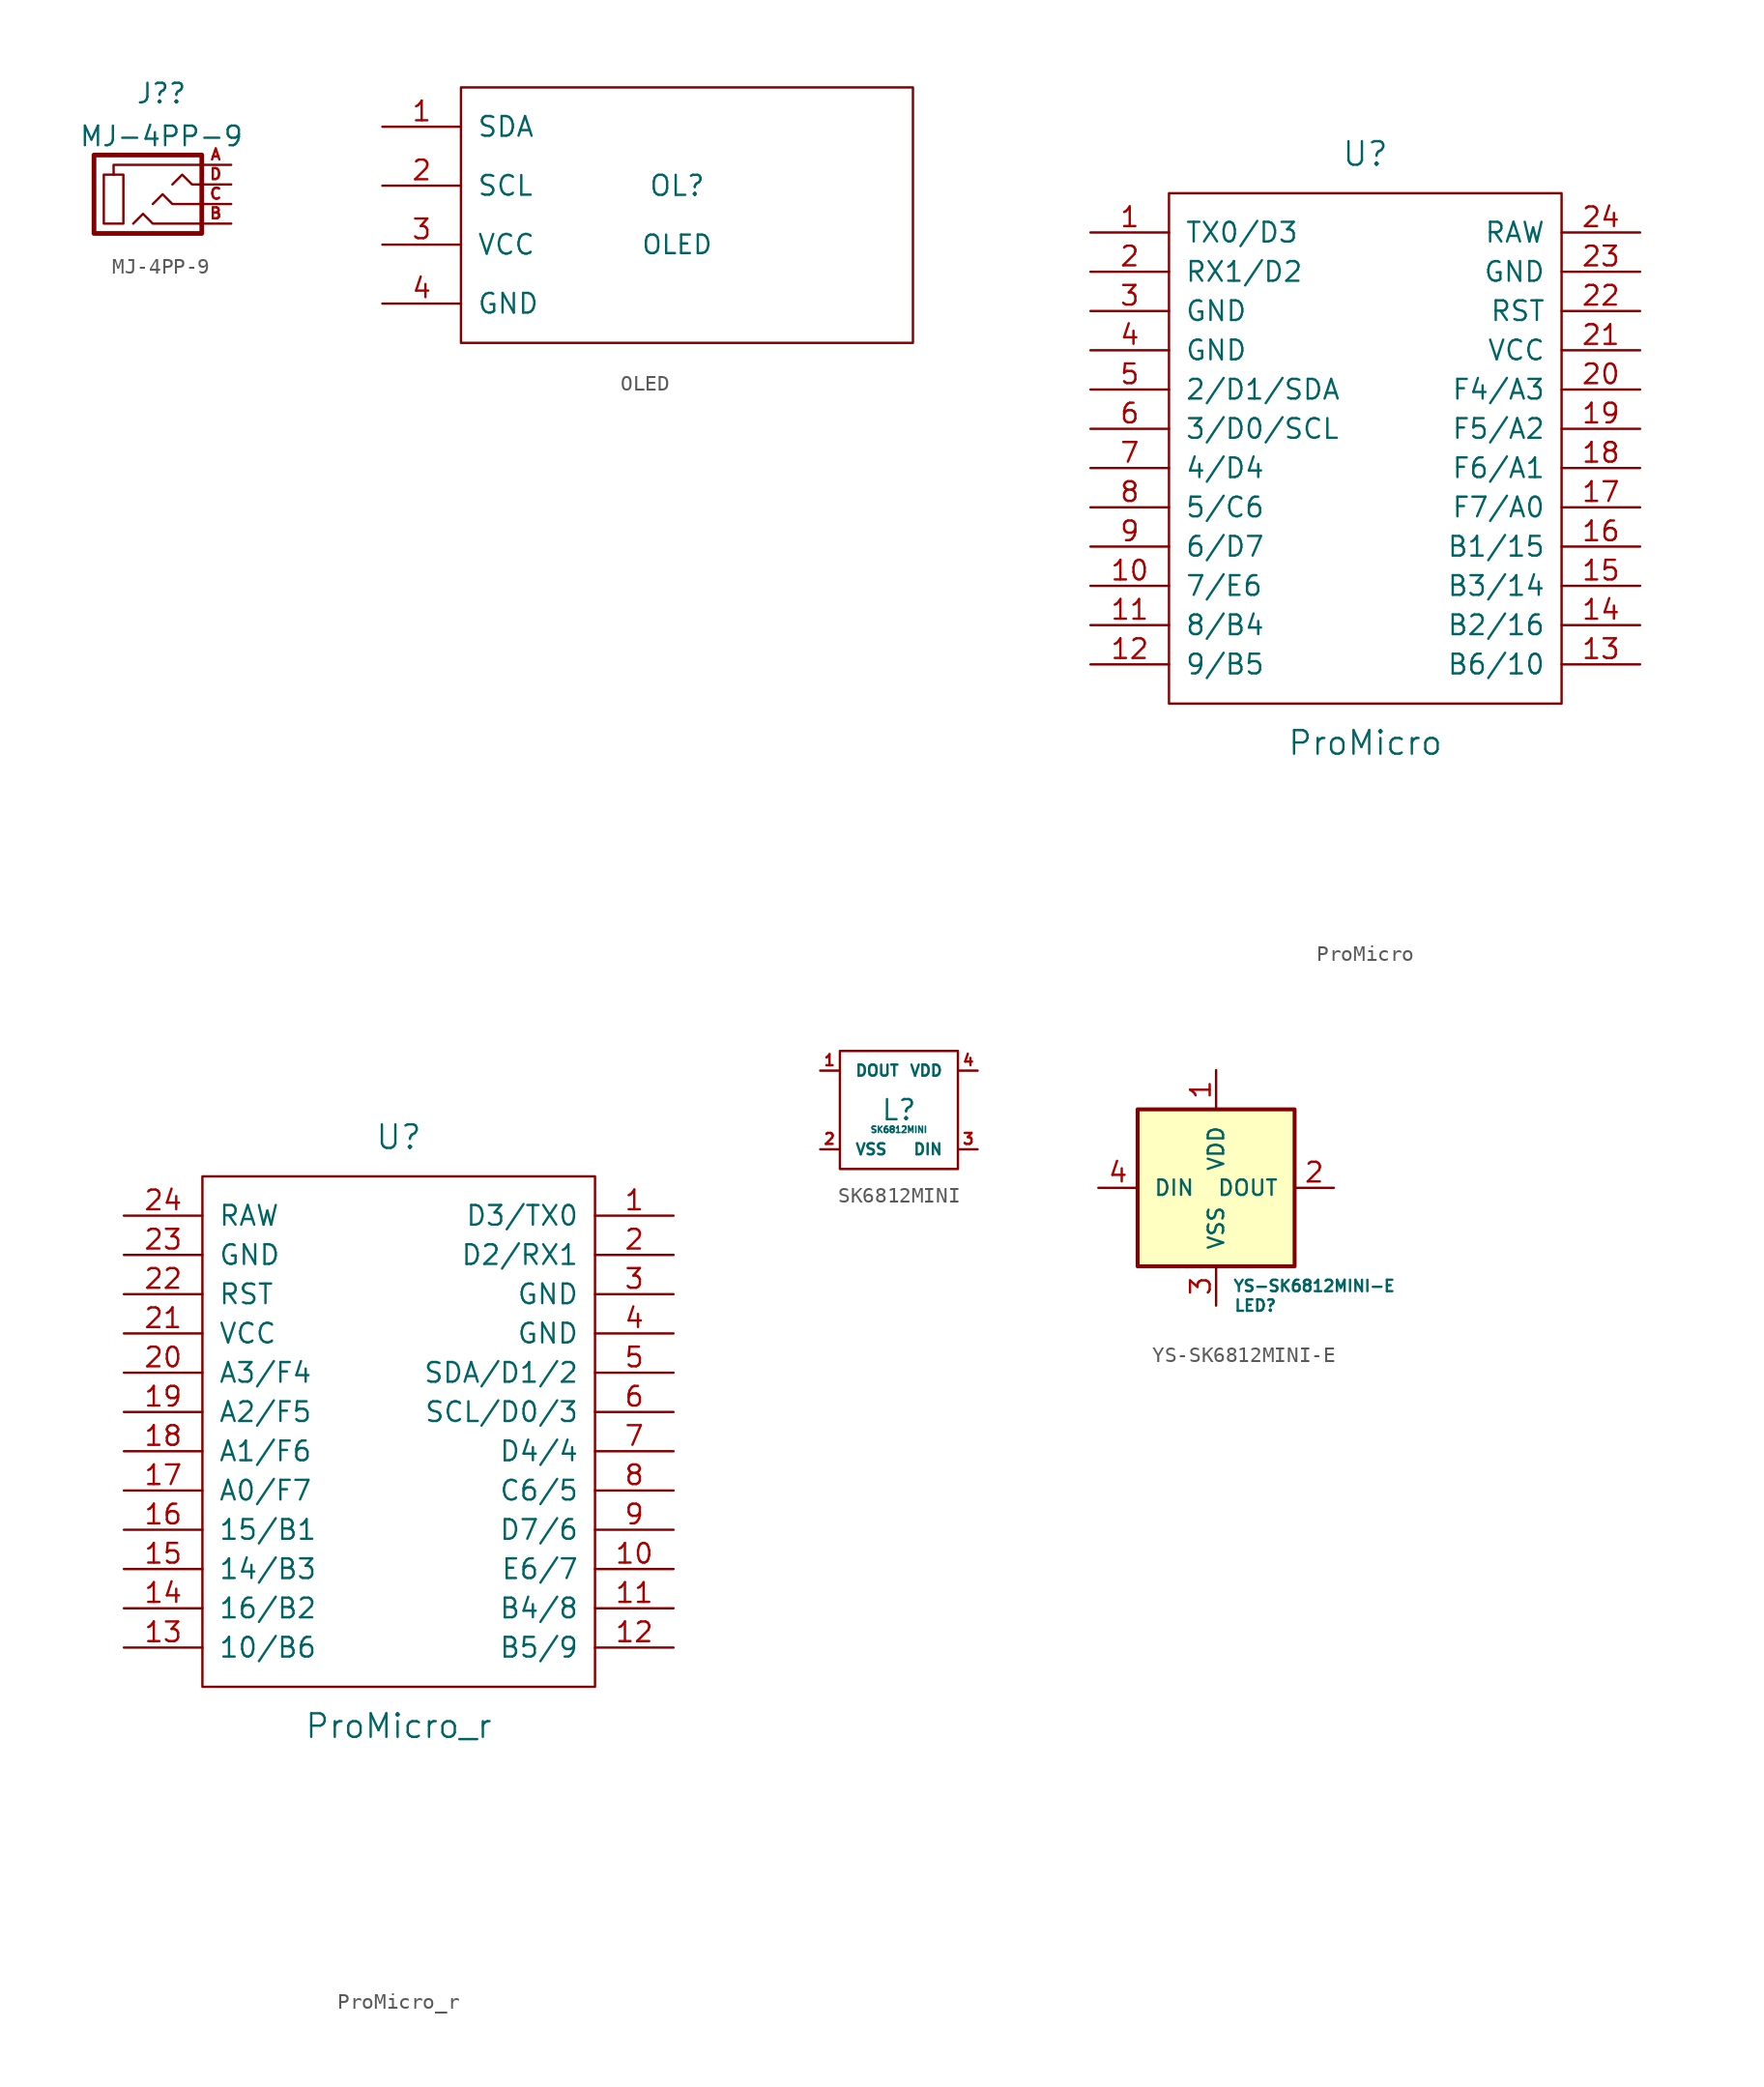
<source format=kicad_sym>
(kicad_symbol_lib
  (version 20210619)
  (generator kicad_symbol_editor)
  (symbol "kbd:MJ-4PP-9"
    (pin_names
      (offset 1.016))
    (property "Reference" "J?"
      (at 0.559 7.167 0)
      (effects (font (size 1.27 1.27))))
    (property "Value" "MJ-4PP-9"
      (at 0.559 4.392 0)
      (effects (font (size 1.27 1.27))))
    (symbol "MJ-4PP-9_0_1"
      (rectangle (start -1.905 -1.27) (end -3.175 1.905) (stroke (width 0)) (fill (type none)))
      (rectangle (start 3.175 3.175) (end -3.81 -1.905) (stroke (width 0.305)) (fill (type none)))
      (polyline (pts (xy -2.54 1.905) (xy -2.54 2.54) (xy 3.175 2.54)) (stroke (width 0)) (fill (type none)))
      (polyline (pts (xy -1.27 -1.27) (xy -0.635 -0.635) (xy 0 -1.27) (xy 3.175 -1.27)) (stroke (width 0)) (fill (type none)))
      (polyline (pts (xy 0 0) (xy 0.635 0.635) (xy 1.27 0) (xy 3.175 0)) (stroke (width 0)) (fill (type none)))
      (polyline (pts (xy 1.27 1.27) (xy 1.905 1.905) (xy 2.54 1.27) (xy 3.175 1.27)) (stroke (width 0)) (fill (type none))))
    (symbol "MJ-4PP-9_1_1"
      (pin input line (at 5.08 2.54 180) (length 2.007) (name "~" (effects (font (size 0.508 0.508)))) (number "A" (effects (font (size 0.711 0.711)))))
      (pin input line (at 5.08 -1.27 180) (length 2.007) (name "~" (effects (font (size 0.508 0.508)))) (number "B" (effects (font (size 0.711 0.711)))))
      (pin input line (at 5.08 0 180) (length 2.007) (name "~" (effects (font (size 0.508 0.508)))) (number "C" (effects (font (size 0.711 0.711)))))
      (pin input line (at 5.08 1.27 180) (length 2.007) (name "~" (effects (font (size 0.508 0.508)))) (number "D" (effects (font (size 0.711 0.711)))))))
  (symbol "kbd:OLED"
    (pin_names
      (offset 1.016))
    (property "Reference" "OL"
      (at 0 2.54 0)
      (effects (font (size 1.295 1.295))))
    (property "Value" "OLED"
      (at 0 -1.27 0)
      (effects (font (size 1.194 1.194))))
    (symbol "OLED_0_1"
      (rectangle (start -13.97 8.89) (end 15.24 -7.62) (stroke (width 0)) (fill (type none))))
    (symbol "OLED_1_1"
      (pin bidirectional line (at -19.05 6.35 0) (length 5.08) (name "SDA" (effects (font (size 1.27 1.27)))) (number "1" (effects (font (size 1.27 1.27)))))
      (pin bidirectional line (at -19.05 2.54 0) (length 5.08) (name "SCL" (effects (font (size 1.27 1.27)))) (number "2" (effects (font (size 1.27 1.27)))))
      (pin power_in line (at -19.05 -1.27 0) (length 5.08) (name "VCC" (effects (font (size 1.27 1.27)))) (number "3" (effects (font (size 1.27 1.27)))))
      (pin power_in line (at -19.05 -5.08 0) (length 5.08) (name "GND" (effects (font (size 1.27 1.27)))) (number "4" (effects (font (size 1.27 1.27)))))))
  (symbol "kbd:ProMicro"
    (pin_names
      (offset 1.016))
    (property "Reference" "U"
      (at 0 19.05 0)
      (effects (font (size 1.524 1.524))))
    (property "Value" "ProMicro"
      (at 0 -19.05 0)
      (effects (font (size 1.524 1.524))))
    (property "Footprint" ""
      (at 2.54 -26.67 0)
      (effects (font (size 1.524 1.524))))
    (property "Datasheet" ""
      (at 2.54 -26.67 0)
      (effects (font (size 1.524 1.524))))
    (symbol "ProMicro_0_1"
      (rectangle (start -12.7 16.51) (end 12.7 -16.51) (stroke (width 0)) (fill (type none))))
    (symbol "ProMicro_1_1"
      (pin bidirectional line (at -17.78 13.97 0) (length 5.08) (name "TX0/D3" (effects (font (size 1.27 1.27)))) (number "1" (effects (font (size 1.27 1.27)))))
      (pin bidirectional line (at -17.78 -8.89 0) (length 5.08) (name "7/E6" (effects (font (size 1.27 1.27)))) (number "10" (effects (font (size 1.27 1.27)))))
      (pin bidirectional line (at -17.78 -11.43 0) (length 5.08) (name "8/B4" (effects (font (size 1.27 1.27)))) (number "11" (effects (font (size 1.27 1.27)))))
      (pin bidirectional line (at -17.78 -13.97 0) (length 5.08) (name "9/B5" (effects (font (size 1.27 1.27)))) (number "12" (effects (font (size 1.27 1.27)))))
      (pin bidirectional line (at 17.78 -13.97 180) (length 5.08) (name "B6/10" (effects (font (size 1.27 1.27)))) (number "13" (effects (font (size 1.27 1.27)))))
      (pin bidirectional line (at 17.78 -11.43 180) (length 5.08) (name "B2/16" (effects (font (size 1.27 1.27)))) (number "14" (effects (font (size 1.27 1.27)))))
      (pin bidirectional line (at 17.78 -8.89 180) (length 5.08) (name "B3/14" (effects (font (size 1.27 1.27)))) (number "15" (effects (font (size 1.27 1.27)))))
      (pin bidirectional line (at 17.78 -6.35 180) (length 5.08) (name "B1/15" (effects (font (size 1.27 1.27)))) (number "16" (effects (font (size 1.27 1.27)))))
      (pin bidirectional line (at 17.78 -3.81 180) (length 5.08) (name "F7/A0" (effects (font (size 1.27 1.27)))) (number "17" (effects (font (size 1.27 1.27)))))
      (pin bidirectional line (at 17.78 -1.27 180) (length 5.08) (name "F6/A1" (effects (font (size 1.27 1.27)))) (number "18" (effects (font (size 1.27 1.27)))))
      (pin bidirectional line (at 17.78 1.27 180) (length 5.08) (name "F5/A2" (effects (font (size 1.27 1.27)))) (number "19" (effects (font (size 1.27 1.27)))))
      (pin bidirectional line (at -17.78 11.43 0) (length 5.08) (name "RX1/D2" (effects (font (size 1.27 1.27)))) (number "2" (effects (font (size 1.27 1.27)))))
      (pin bidirectional line (at 17.78 3.81 180) (length 5.08) (name "F4/A3" (effects (font (size 1.27 1.27)))) (number "20" (effects (font (size 1.27 1.27)))))
      (pin power_in line (at 17.78 6.35 180) (length 5.08) (name "VCC" (effects (font (size 1.27 1.27)))) (number "21" (effects (font (size 1.27 1.27)))))
      (pin input line (at 17.78 8.89 180) (length 5.08) (name "RST" (effects (font (size 1.27 1.27)))) (number "22" (effects (font (size 1.27 1.27)))))
      (pin power_in line (at 17.78 11.43 180) (length 5.08) (name "GND" (effects (font (size 1.27 1.27)))) (number "23" (effects (font (size 1.27 1.27)))))
      (pin power_out line (at 17.78 13.97 180) (length 5.08) (name "RAW" (effects (font (size 1.27 1.27)))) (number "24" (effects (font (size 1.27 1.27)))))
      (pin power_in line (at -17.78 8.89 0) (length 5.08) (name "GND" (effects (font (size 1.27 1.27)))) (number "3" (effects (font (size 1.27 1.27)))))
      (pin power_in line (at -17.78 6.35 0) (length 5.08) (name "GND" (effects (font (size 1.27 1.27)))) (number "4" (effects (font (size 1.27 1.27)))))
      (pin bidirectional line (at -17.78 3.81 0) (length 5.08) (name "2/D1/SDA" (effects (font (size 1.27 1.27)))) (number "5" (effects (font (size 1.27 1.27)))))
      (pin bidirectional line (at -17.78 1.27 0) (length 5.08) (name "3/D0/SCL" (effects (font (size 1.27 1.27)))) (number "6" (effects (font (size 1.27 1.27)))))
      (pin bidirectional line (at -17.78 -1.27 0) (length 5.08) (name "4/D4" (effects (font (size 1.27 1.27)))) (number "7" (effects (font (size 1.27 1.27)))))
      (pin bidirectional line (at -17.78 -3.81 0) (length 5.08) (name "5/C6" (effects (font (size 1.27 1.27)))) (number "8" (effects (font (size 1.27 1.27)))))
      (pin bidirectional line (at -17.78 -6.35 0) (length 5.08) (name "6/D7" (effects (font (size 1.27 1.27)))) (number "9" (effects (font (size 1.27 1.27)))))))
  (symbol "kbd:ProMicro_r"
    (pin_names
      (offset 1.016))
    (property "Reference" "U"
      (at 1.27 22.86 0)
      (effects (font (size 1.524 1.524))))
    (property "Value" "ProMicro_r"
      (at 1.27 -15.24 0)
      (effects (font (size 1.524 1.524))))
    (property "Footprint" ""
      (at 3.81 -26.67 0)
      (effects (font (size 1.524 1.524))))
    (property "Datasheet" ""
      (at 3.81 -26.67 0)
      (effects (font (size 1.524 1.524))))
    (symbol "ProMicro_r_0_1"
      (rectangle (start 13.97 20.32) (end -11.43 -12.7) (stroke (width 0)) (fill (type none))))
    (symbol "ProMicro_r_1_1"
      (pin bidirectional line (at 19.05 17.78 180) (length 5.08) (name "D3/TX0" (effects (font (size 1.27 1.27)))) (number "1" (effects (font (size 1.27 1.27)))))
      (pin bidirectional line (at 19.05 -5.08 180) (length 5.08) (name "E6/7" (effects (font (size 1.27 1.27)))) (number "10" (effects (font (size 1.27 1.27)))))
      (pin bidirectional line (at 19.05 -7.62 180) (length 5.08) (name "B4/8" (effects (font (size 1.27 1.27)))) (number "11" (effects (font (size 1.27 1.27)))))
      (pin bidirectional line (at 19.05 -10.16 180) (length 5.08) (name "B5/9" (effects (font (size 1.27 1.27)))) (number "12" (effects (font (size 1.27 1.27)))))
      (pin bidirectional line (at -16.51 -10.16 0) (length 5.08) (name "10/B6" (effects (font (size 1.27 1.27)))) (number "13" (effects (font (size 1.27 1.27)))))
      (pin bidirectional line (at -16.51 -7.62 0) (length 5.08) (name "16/B2" (effects (font (size 1.27 1.27)))) (number "14" (effects (font (size 1.27 1.27)))))
      (pin bidirectional line (at -16.51 -5.08 0) (length 5.08) (name "14/B3" (effects (font (size 1.27 1.27)))) (number "15" (effects (font (size 1.27 1.27)))))
      (pin bidirectional line (at -16.51 -2.54 0) (length 5.08) (name "15/B1" (effects (font (size 1.27 1.27)))) (number "16" (effects (font (size 1.27 1.27)))))
      (pin bidirectional line (at -16.51 0 0) (length 5.08) (name "A0/F7" (effects (font (size 1.27 1.27)))) (number "17" (effects (font (size 1.27 1.27)))))
      (pin bidirectional line (at -16.51 2.54 0) (length 5.08) (name "A1/F6" (effects (font (size 1.27 1.27)))) (number "18" (effects (font (size 1.27 1.27)))))
      (pin bidirectional line (at -16.51 5.08 0) (length 5.08) (name "A2/F5" (effects (font (size 1.27 1.27)))) (number "19" (effects (font (size 1.27 1.27)))))
      (pin bidirectional line (at 19.05 15.24 180) (length 5.08) (name "D2/RX1" (effects (font (size 1.27 1.27)))) (number "2" (effects (font (size 1.27 1.27)))))
      (pin bidirectional line (at -16.51 7.62 0) (length 5.08) (name "A3/F4" (effects (font (size 1.27 1.27)))) (number "20" (effects (font (size 1.27 1.27)))))
      (pin power_in line (at -16.51 10.16 0) (length 5.08) (name "VCC" (effects (font (size 1.27 1.27)))) (number "21" (effects (font (size 1.27 1.27)))))
      (pin input line (at -16.51 12.7 0) (length 5.08) (name "RST" (effects (font (size 1.27 1.27)))) (number "22" (effects (font (size 1.27 1.27)))))
      (pin power_in line (at -16.51 15.24 0) (length 5.08) (name "GND" (effects (font (size 1.27 1.27)))) (number "23" (effects (font (size 1.27 1.27)))))
      (pin power_out line (at -16.51 17.78 0) (length 5.08) (name "RAW" (effects (font (size 1.27 1.27)))) (number "24" (effects (font (size 1.27 1.27)))))
      (pin power_in line (at 19.05 12.7 180) (length 5.08) (name "GND" (effects (font (size 1.27 1.27)))) (number "3" (effects (font (size 1.27 1.27)))))
      (pin power_in line (at 19.05 10.16 180) (length 5.08) (name "GND" (effects (font (size 1.27 1.27)))) (number "4" (effects (font (size 1.27 1.27)))))
      (pin bidirectional line (at 19.05 7.62 180) (length 5.08) (name "SDA/D1/2" (effects (font (size 1.27 1.27)))) (number "5" (effects (font (size 1.27 1.27)))))
      (pin bidirectional line (at 19.05 5.08 180) (length 5.08) (name "SCL/D0/3" (effects (font (size 1.27 1.27)))) (number "6" (effects (font (size 1.27 1.27)))))
      (pin bidirectional line (at 19.05 2.54 180) (length 5.08) (name "D4/4" (effects (font (size 1.27 1.27)))) (number "7" (effects (font (size 1.27 1.27)))))
      (pin bidirectional line (at 19.05 0 180) (length 5.08) (name "C6/5" (effects (font (size 1.27 1.27)))) (number "8" (effects (font (size 1.27 1.27)))))
      (pin bidirectional line (at 19.05 -2.54 180) (length 5.08) (name "D7/6" (effects (font (size 1.27 1.27)))) (number "9" (effects (font (size 1.27 1.27)))))))
  (symbol "kbd:SK6812MINI"
    (pin_names
      (offset 1.016))
    (property "Reference" "L"
      (at 0 0 0)
      (effects (font (size 1.295 1.295))))
    (property "Value" "SK6812MINI"
      (at 0 -1.27 0)
      (effects (font (size 0.406 0.406))))
    (symbol "SK6812MINI_0_1"
      (rectangle (start -3.81 3.81) (end 3.81 -3.81) (stroke (width 0)) (fill (type none))))
    (symbol "SK6812MINI_1_1"
      (pin output line (at -5.08 2.54 0) (length 1.194) (name "DOUT" (effects (font (size 0.711 0.711)))) (number "1" (effects (font (size 0.711 0.711)))))
      (pin power_in line (at -5.08 -2.54 0) (length 1.194) (name "VSS" (effects (font (size 0.711 0.711)))) (number "2" (effects (font (size 0.711 0.711)))))
      (pin input line (at 5.08 -2.54 180) (length 1.194) (name "DIN" (effects (font (size 0.711 0.711)))) (number "3" (effects (font (size 0.711 0.711)))))
      (pin power_in line (at 5.08 2.54 180) (length 1.194) (name "VDD" (effects (font (size 0.711 0.711)))) (number "4" (effects (font (size 0.711 0.711)))))))
  (symbol "kbd:YS-SK6812MINI-E"
    (pin_names
      (offset 1.016))
    (property "Reference" "LED"
      (at 2.54 -7.62 0)
      (effects (font (size 0.737 0.737))))
    (property "Value" "YS-SK6812MINI-E"
      (at 6.35 -6.35 0)
      (effects (font (size 0.737 0.737))))
    (symbol "YS-SK6812MINI-E_0_1"
      (rectangle (start -5.08 5.08) (end 5.08 -5.08) (stroke (width 0.254)) (fill (type background))))
    (symbol "YS-SK6812MINI-E_1_1"
      (pin power_in line (at 0 7.62 270) (length 2.54) (name "VDD" (effects (font (size 0.991 0.991)))) (number "1" (effects (font (size 1.27 1.27)))))
      (pin output line (at 7.62 0 180) (length 2.54) (name "DOUT" (effects (font (size 0.991 0.991)))) (number "2" (effects (font (size 1.27 1.27)))))
      (pin power_in line (at 0 -7.62 90) (length 2.54) (name "VSS" (effects (font (size 0.991 0.991)))) (number "3" (effects (font (size 1.27 1.27)))))
      (pin input line (at -7.62 0 0) (length 2.54) (name "DIN" (effects (font (size 0.991 0.991)))) (number "4" (effects (font (size 1.27 1.27))))))))
</source>
